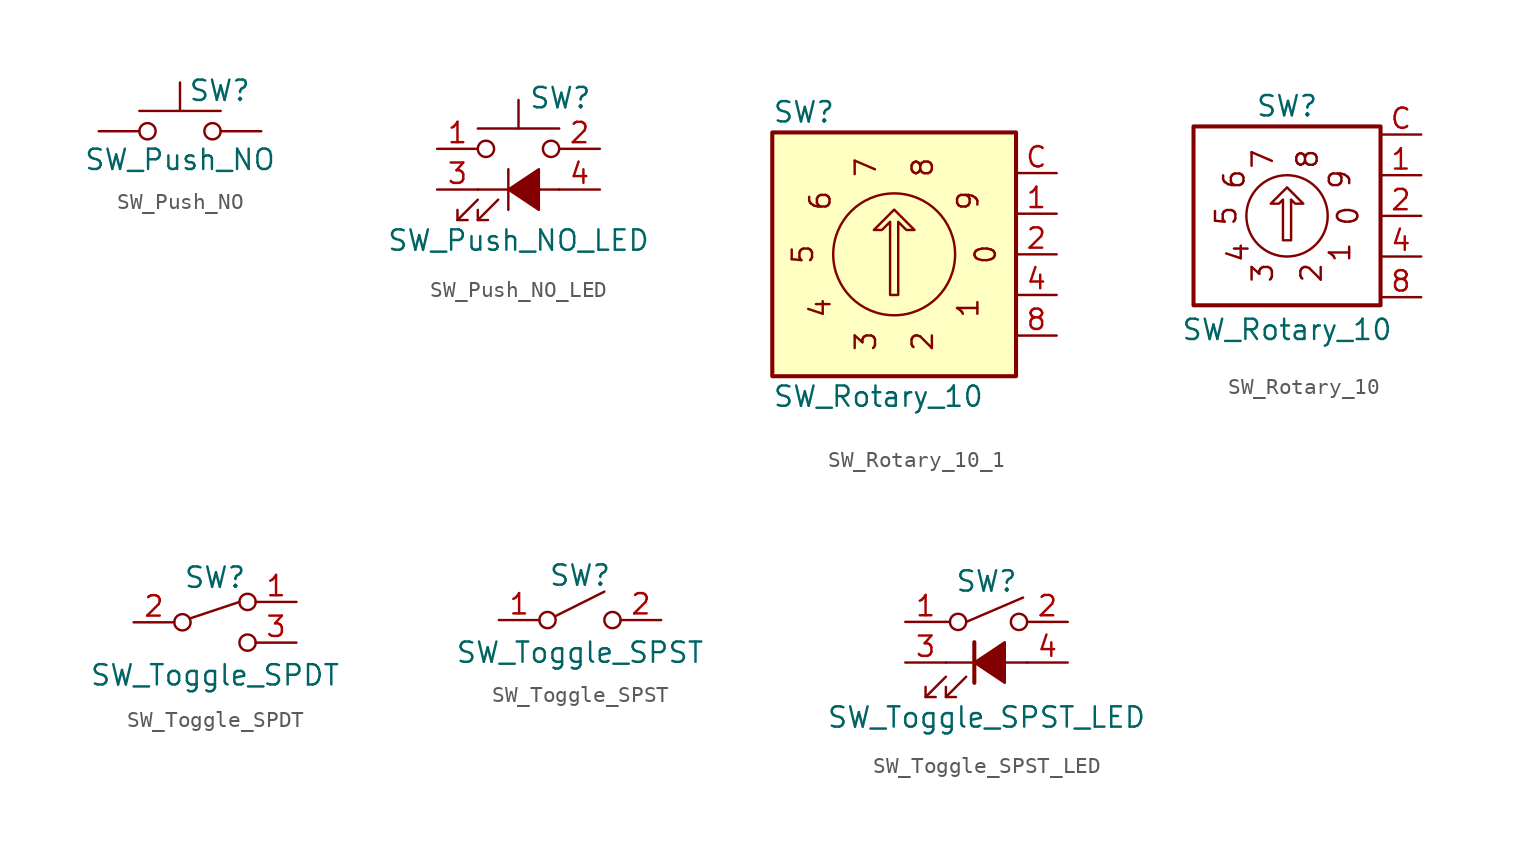
<source format=kicad_sym>
(kicad_symbol_lib
  (version 20220914)
  (generator kicad_symbol_editor)
  (symbol "SW_Push_NO"
    (pin_numbers hide)
    (pin_names
      (offset 1.016) hide)
    (property "Reference" "SW"
      (at 0.508 2.54 0)
      (do_not_autoplace)
      (effects (font (size 1.27 1.27)) (justify left)))
    (property "Value" "SW_Push_NO"
      (at 0 -1.778 0)
      (do_not_autoplace)
      (effects (font (size 1.27 1.27))))
    (symbol "SW_Push_NO_0_1"
      (circle (center -2.032 0) (radius 0.508) (stroke (width 0) (type default)) (fill (type none)))
      (polyline (pts (xy 0 1.27) (xy 0 3.048)) (stroke (width 0) (type default)) (fill (type none)))
      (polyline (pts (xy 2.54 1.27) (xy -2.54 1.27)) (stroke (width 0) (type default)) (fill (type none)))
      (circle (center 2.032 0) (radius 0.508) (stroke (width 0) (type default)) (fill (type none)))
      (pin passive line (at -5.08 0 0) (length 2.54) (name "1" (effects (font (size 1.27 1.27)))) (number "1" (effects (font (size 1.27 1.27)))))
      (pin passive line (at 5.08 0 180) (length 2.54) (name "2" (effects (font (size 1.27 1.27)))) (number "2" (effects (font (size 1.27 1.27)))))))
  (symbol "SW_Push_NO_LED"
    (pin_names
      (offset 1.016) hide)
    (property "Reference" "SW"
      (at 0.635 4.445 0)
      (do_not_autoplace)
      (effects (font (size 1.27 1.27)) (justify left)))
    (property "Value" "SW_Push_NO_LED"
      (at 0 -4.445 0)
      (do_not_autoplace)
      (effects (font (size 1.27 1.27))))
    (symbol "SW_Push_NO_LED_0_0"
      (polyline (pts (xy -3.81 -3.175) (xy -2.54 -1.905)) (stroke (width 0) (type default)) (fill (type none)))
      (polyline (pts (xy -2.54 -3.175) (xy -1.27 -1.905)) (stroke (width 0) (type default)) (fill (type none)))
      (polyline (pts (xy -2.54 -1.27) (xy 2.54 -1.27)) (stroke (width 0) (type default)) (fill (type none)))
      (polyline (pts (xy -0.635 0) (xy -0.635 -2.54)) (stroke (width 0) (type default)) (fill (type none)))
      (polyline (pts (xy -3.81 -2.54) (xy -3.81 -3.175) (xy -3.175 -3.175)) (stroke (width 0) (type default)) (fill (type none)))
      (polyline (pts (xy -2.54 -2.54) (xy -2.54 -3.175) (xy -1.905 -3.175)) (stroke (width 0) (type default)) (fill (type none)))
      (polyline (pts (xy -0.635 -1.27) (xy 1.27 0) (xy 1.27 -2.54) (xy -0.635 -1.27)) (stroke (width 0) (type default)) (fill (type outline))))
    (symbol "SW_Push_NO_LED_0_1"
      (circle (center -2.032 1.27) (radius 0.508) (stroke (width 0) (type default)) (fill (type none)))
      (polyline (pts (xy 0 2.54) (xy 0 4.318)) (stroke (width 0) (type default)) (fill (type none)))
      (polyline (pts (xy 2.54 2.54) (xy -2.54 2.54)) (stroke (width 0) (type default)) (fill (type none)))
      (circle (center 2.032 1.27) (radius 0.508) (stroke (width 0) (type default)) (fill (type none)))
      (pin passive line (at -5.08 1.27 0) (length 2.54) (name "1" (effects (font (size 1.27 1.27)))) (number "1" (effects (font (size 1.27 1.27)))))
      (pin passive line (at 5.08 1.27 180) (length 2.54) (name "2" (effects (font (size 1.27 1.27)))) (number "2" (effects (font (size 1.27 1.27)))))
      (pin passive line (at -5.08 -1.27 0) (length 2.54) (name "K" (effects (font (size 1.27 1.27)))) (number "3" (effects (font (size 1.27 1.27)))))
      (pin passive line (at 5.08 -1.27 180) (length 2.54) (name "A" (effects (font (size 1.27 1.27)))) (number "4" (effects (font (size 1.27 1.27)))))))
  (symbol "SW_Rotary_10_1"
    (pin_names hide)
    (property "Reference" "SW"
      (at -7.62 8.89 0)
      (effects (font (size 1.27 1.27)) (justify left)))
    (property "Value" "SW_Rotary_10"
      (at -7.62 -8.89 0)
      (effects (font (size 1.27 1.27)) (justify left)))
    (symbol "SW_Rotary_10_1_0_0"
      (text "0" (at 5.715 0 2700) (effects (font (size 1.27 1.27))))
      (text "1" (at 4.623 -3.353 2340) (effects (font (size 1.27 1.27))))
      (text "2" (at 1.778 -5.436 1980) (effects (font (size 1.27 1.27))))
      (text "3" (at -1.778 -5.436 1620) (effects (font (size 1.27 1.27))))
      (text "4" (at -4.623 -3.353 1260) (effects (font (size 1.27 1.27))))
      (text "5" (at -5.715 0 900) (effects (font (size 1.27 1.27))))
      (text "6" (at -4.623 3.353 540) (effects (font (size 1.27 1.27))))
      (text "7" (at -1.778 5.436 180) (effects (font (size 1.27 1.27))))
      (text "8" (at 1.778 5.436 3420) (effects (font (size 1.27 1.27))))
      (text "9" (at 4.623 3.353 3060) (effects (font (size 1.27 1.27)))))
    (symbol "SW_Rotary_10_1_0_1"
      (polyline (pts (xy -0.254 -2.54) (xy -0.254 2.032) (xy -0.762 1.524) (xy -1.27 1.524) (xy 0 2.794) (xy 1.27 1.524) (xy 0.762 1.524) (xy 0.254 2.032) (xy 0.254 -2.54) (xy -0.254 -2.54) (xy -0.254 -2.54)) (stroke (width 0) (type default)) (fill (type none)))
      (circle (center 0 0) (radius 3.81) (stroke (width 0) (type default)) (fill (type none)))
      (rectangle (start 7.62 7.62) (end -7.62 -7.62) (stroke (width 0.254) (type default)) (fill (type background))))
    (symbol "SW_Rotary_10_1_1_1"
      (pin passive line (at 10.16 2.54 180) (length 2.54) (name "1" (effects (font (size 1.27 1.27)))) (number "1" (effects (font (size 1.27 1.27)))))
      (pin passive line (at 10.16 0 180) (length 2.54) (name "2" (effects (font (size 1.27 1.27)))) (number "2" (effects (font (size 1.27 1.27)))))
      (pin passive line (at 10.16 -2.54 180) (length 2.54) (name "4" (effects (font (size 1.27 1.27)))) (number "4" (effects (font (size 1.27 1.27)))))
      (pin passive line (at 10.16 -5.08 180) (length 2.54) (name "8" (effects (font (size 1.27 1.27)))) (number "8" (effects (font (size 1.27 1.27)))))
      (pin passive line (at 10.16 5.08 180) (length 2.54) (name "C" (effects (font (size 1.27 1.27)))) (number "C" (effects (font (size 1.27 1.27)))))))
  (symbol "SW_Rotary_10"
    (pin_names hide)
    (property "Reference" "SW"
      (at 0 6.858 0)
      (effects (font (size 1.27 1.27))))
    (property "Value" "SW_Rotary_10"
      (at 0 -7.112 0)
      (effects (font (size 1.27 1.27))))
    (symbol "SW_Rotary_10_0_0"
      (text "0" (at 3.81 0 2700) (effects (font (size 1.27 1.27))))
      (text "1" (at 3.302 -2.286 2340) (effects (font (size 1.27 1.27))))
      (text "2" (at 1.524 -3.556 1980) (effects (font (size 1.27 1.27))))
      (text "3" (at -1.524 -3.556 1620) (effects (font (size 1.27 1.27))))
      (text "4" (at -3.048 -2.286 1260) (effects (font (size 1.27 1.27))))
      (text "5" (at -3.81 0 900) (effects (font (size 1.27 1.27))))
      (text "6" (at -3.302 2.286 540) (effects (font (size 1.27 1.27))))
      (text "7" (at -1.524 3.556 180) (effects (font (size 1.27 1.27))))
      (text "8" (at 1.27 3.556 3420) (effects (font (size 1.27 1.27))))
      (text "9" (at 3.302 2.286 3060) (effects (font (size 1.27 1.27)))))
    (symbol "SW_Rotary_10_0_1"
      (polyline (pts (xy -0.254 -1.524) (xy -0.254 1.016) (xy -0.508 0.762) (xy -1.016 0.762) (xy 0 1.778) (xy 1.016 0.762) (xy 0.508 0.762) (xy 0.254 1.016) (xy 0.254 -1.524) (xy 0 -1.524) (xy -0.254 -1.524)) (stroke (width 0) (type default)) (fill (type none)))
      (circle (center 0 0) (radius 2.54) (stroke (width 0) (type default)) (fill (type none))))
    (symbol "SW_Rotary_10_1_1"
      (rectangle (start -5.842 5.588) (end 5.842 -5.588) (stroke (width 0.254) (type default)) (fill (type none)))
      (pin passive line (at 8.382 2.54 180) (length 2.54) (name "1" (effects (font (size 1.27 1.27)))) (number "1" (effects (font (size 1.27 1.27)))))
      (pin passive line (at 8.382 0 180) (length 2.54) (name "2" (effects (font (size 1.27 1.27)))) (number "2" (effects (font (size 1.27 1.27)))))
      (pin passive line (at 8.382 -2.54 180) (length 2.54) (name "4" (effects (font (size 1.27 1.27)))) (number "4" (effects (font (size 1.27 1.27)))))
      (pin passive line (at 8.382 -5.08 180) (length 2.54) (name "8" (effects (font (size 1.27 1.27)))) (number "8" (effects (font (size 1.27 1.27)))))
      (pin passive line (at 8.382 5.08 180) (length 2.54) (name "C" (effects (font (size 1.27 1.27)))) (number "C" (effects (font (size 1.27 1.27)))))))
  (symbol "SW_Toggle_SPDT"
    (pin_names
      (offset 0.002) hide)
    (property "Reference" "SW"
      (at 0 2.794 0)
      (do_not_autoplace)
      (effects (font (size 1.27 1.27))))
    (property "Value" "SW_Toggle_SPDT"
      (at 0 -3.302 0)
      (do_not_autoplace)
      (effects (font (size 1.27 1.27))))
    (symbol "SW_Toggle_SPDT_0_0"
      (circle (center -2.032 0) (radius 0.508) (stroke (width 0) (type default)) (fill (type none)))
      (circle (center 2.032 -1.27) (radius 0.508) (stroke (width 0) (type default)) (fill (type none))))
    (symbol "SW_Toggle_SPDT_0_1"
      (polyline (pts (xy -1.524 0.254) (xy 1.524 1.27)) (stroke (width 0) (type default)) (fill (type none)))
      (circle (center 2.032 1.27) (radius 0.508) (stroke (width 0) (type default)) (fill (type none))))
    (symbol "SW_Toggle_SPDT_1_1"
      (pin passive line (at 5.08 1.27 180) (length 2.54) (name "A" (effects (font (size 1.27 1.27)))) (number "1" (effects (font (size 1.27 1.27)))))
      (pin passive line (at -5.08 0 0) (length 2.54) (name "B" (effects (font (size 1.27 1.27)))) (number "2" (effects (font (size 1.27 1.27)))))
      (pin passive line (at 5.08 -1.27 180) (length 2.54) (name "C" (effects (font (size 1.27 1.27)))) (number "3" (effects (font (size 1.27 1.27)))))))
  (symbol "SW_Toggle_SPST"
    (pin_names
      (offset 0.002) hide)
    (property "Reference" "SW"
      (at 0 2.794 0)
      (do_not_autoplace)
      (effects (font (size 1.27 1.27))))
    (property "Value" "SW_Toggle_SPST"
      (at 0 -2.032 0)
      (do_not_autoplace)
      (effects (font (size 1.27 1.27))))
    (symbol "SW_Toggle_SPST_0_0"
      (circle (center -2.032 0) (radius 0.508) (stroke (width 0) (type default)) (fill (type none)))
      (polyline (pts (xy -1.524 0.254) (xy 1.524 1.778)) (stroke (width 0) (type default)) (fill (type none)))
      (circle (center 2.032 0) (radius 0.508) (stroke (width 0) (type default)) (fill (type none))))
    (symbol "SW_Toggle_SPST_1_1"
      (pin passive line (at -5.08 0 0) (length 2.54) (name "A" (effects (font (size 1.27 1.27)))) (number "1" (effects (font (size 1.27 1.27)))))
      (pin passive line (at 5.08 0 180) (length 2.54) (name "B" (effects (font (size 1.27 1.27)))) (number "2" (effects (font (size 1.27 1.27)))))))
  (symbol "SW_Toggle_SPST_LED"
    (pin_names
      (offset 1.016) hide)
    (property "Reference" "SW"
      (at 0 3.81 0)
      (do_not_autoplace)
      (effects (font (size 1.27 1.27))))
    (property "Value" "SW_Toggle_SPST_LED"
      (at 0 -4.699 0)
      (do_not_autoplace)
      (effects (font (size 1.27 1.27))))
    (symbol "SW_Toggle_SPST_LED_0_0"
      (polyline (pts (xy -3.81 -3.429) (xy -2.54 -2.159)) (stroke (width 0) (type default)) (fill (type none)))
      (polyline (pts (xy -2.54 -3.429) (xy -1.27 -2.159)) (stroke (width 0) (type default)) (fill (type none)))
      (polyline (pts (xy -2.54 -1.27) (xy 2.54 -1.27)) (stroke (width 0) (type default)) (fill (type none)))
      (polyline (pts (xy -2.54 1.27) (xy -2.286 1.27)) (stroke (width 0) (type default)) (fill (type none)))
      (polyline (pts (xy -3.81 -2.794) (xy -3.81 -3.429) (xy -3.175 -3.429)) (stroke (width 0) (type default)) (fill (type none)))
      (polyline (pts (xy -2.54 -2.794) (xy -2.54 -3.429) (xy -1.905 -3.429)) (stroke (width 0) (type default)) (fill (type none)))
      (polyline (pts (xy -0.762 -1.27) (xy 1.143 0) (xy 1.143 -2.54) (xy -0.762 -1.27)) (stroke (width 0) (type default)) (fill (type outline))))
    (symbol "SW_Toggle_SPST_LED_0_1"
      (circle (center -1.778 1.27) (radius 0.508) (stroke (width 0) (type default)) (fill (type none)))
      (polyline (pts (xy -1.27 1.27) (xy 2.286 2.794)) (stroke (width 0) (type default)) (fill (type none)))
      (circle (center 2.032 1.27) (radius 0.508) (stroke (width 0) (type default)) (fill (type none)))
      (pin passive line (at -5.08 1.27 0) (length 2.54) (name "1" (effects (font (size 1.27 1.27)))) (number "1" (effects (font (size 1.27 1.27)))))
      (pin passive line (at 5.08 1.27 180) (length 2.54) (name "2" (effects (font (size 1.27 1.27)))) (number "2" (effects (font (size 1.27 1.27)))))
      (pin passive line (at -5.08 -1.27 0) (length 2.54) (name "K" (effects (font (size 1.27 1.27)))) (number "3" (effects (font (size 1.27 1.27)))))
      (pin passive line (at 5.08 -1.27 180) (length 2.54) (name "A" (effects (font (size 1.27 1.27)))) (number "4" (effects (font (size 1.27 1.27))))))
    (symbol "SW_Toggle_SPST_LED_1_0"
      (polyline (pts (xy -0.762 0) (xy -0.762 -2.54)) (stroke (width 0.254) (type default)) (fill (type none))))))
</source>
